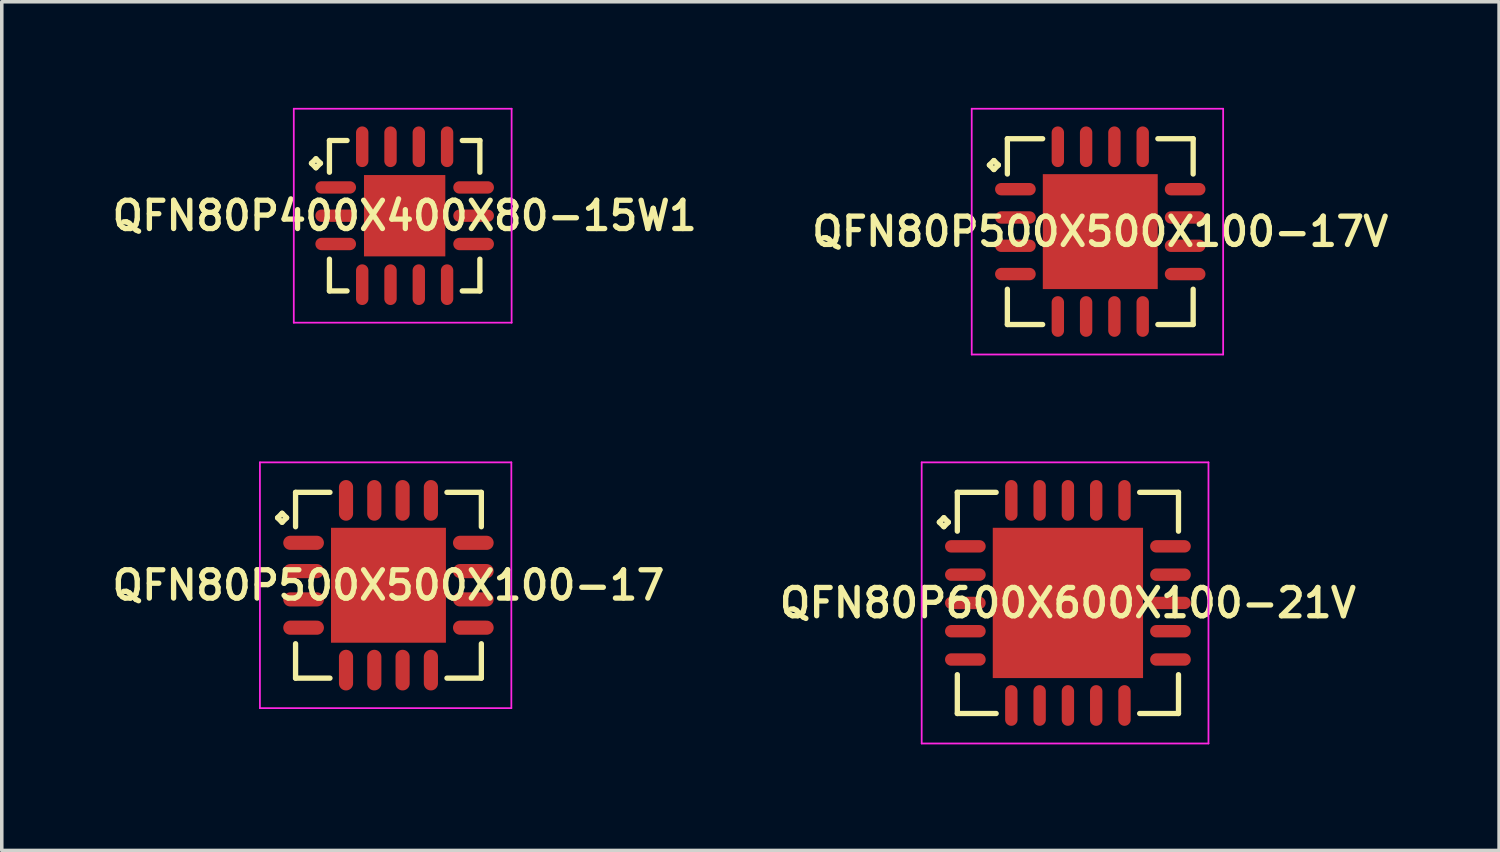
<source format=kicad_pcb>
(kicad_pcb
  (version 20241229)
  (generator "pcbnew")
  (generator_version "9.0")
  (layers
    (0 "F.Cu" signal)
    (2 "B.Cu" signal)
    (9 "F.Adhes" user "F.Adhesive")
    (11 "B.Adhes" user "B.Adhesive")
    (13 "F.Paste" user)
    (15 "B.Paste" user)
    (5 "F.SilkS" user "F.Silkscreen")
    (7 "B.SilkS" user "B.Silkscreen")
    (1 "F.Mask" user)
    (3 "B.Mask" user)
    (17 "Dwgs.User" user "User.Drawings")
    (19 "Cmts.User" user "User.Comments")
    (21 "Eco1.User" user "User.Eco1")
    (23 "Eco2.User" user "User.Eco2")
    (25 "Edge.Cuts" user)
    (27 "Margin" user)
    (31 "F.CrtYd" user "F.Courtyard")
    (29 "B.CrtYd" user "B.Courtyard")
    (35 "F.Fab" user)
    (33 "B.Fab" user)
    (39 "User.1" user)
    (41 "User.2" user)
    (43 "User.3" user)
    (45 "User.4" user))
  (footprint "QFN80P500X500X100-17"
    (layer "F.Cu")
    (at 7.935 13.5)
    (property "Reference" "QFN80P500X500X100-17" (at 0 0 0) (layer "F.SilkS") (effects (font (size 0.8 0.8) (thickness 0.15))))
    (attr smd)
    (fp_line (start -3.135 -1.908) (end -3.008 -2.035) (stroke (width 0.15) (type solid)) (layer "F.SilkS"))
    (fp_line (start -3.008 -2.035) (end -2.881 -1.908) (stroke (width 0.15) (type solid)) (layer "F.SilkS"))
    (fp_line (start -3.008 -1.781) (end -3.135 -1.908) (stroke (width 0.15) (type solid)) (layer "F.SilkS"))
    (fp_line (start -2.881 -1.908) (end -3.008 -1.781) (stroke (width 0.15) (type solid)) (layer "F.SilkS"))
    (fp_line (start -2.627 -2.627) (end -1.654 -2.627) (stroke (width 0.15) (type solid)) (layer "F.SilkS"))
    (fp_line (start -2.627 -1.654) (end -2.627 -2.627) (stroke (width 0.15) (type solid)) (layer "F.SilkS"))
    (fp_line (start -2.627 1.654) (end -2.627 2.627) (stroke (width 0.15) (type solid)) (layer "F.SilkS"))
    (fp_line (start -2.627 2.627) (end -1.654 2.627) (stroke (width 0.15) (type solid)) (layer "F.SilkS"))
    (fp_line (start 1.654 -2.627) (end 2.627 -2.627) (stroke (width 0.15) (type solid)) (layer "F.SilkS"))
    (fp_line (start 1.654 2.627) (end 2.627 2.627) (stroke (width 0.15) (type solid)) (layer "F.SilkS"))
    (fp_line (start 2.627 -2.627) (end 2.627 -1.654) (stroke (width 0.15) (type solid)) (layer "F.SilkS"))
    (fp_line (start 2.627 2.627) (end 2.627 1.654) (stroke (width 0.15) (type solid)) (layer "F.SilkS"))
    (fp_line (start -3.635 -3.475) (end 3.475 -3.475) (stroke (width 0.05) (type solid)) (layer "F.CrtYd"))
    (fp_line (start -3.635 3.475) (end -3.635 -3.475) (stroke (width 0.05) (type solid)) (layer "F.CrtYd"))
    (fp_line (start 3.475 -3.475) (end 3.475 3.475) (stroke (width 0.05) (type solid)) (layer "F.CrtYd"))
    (fp_line (start 3.475 3.475) (end -3.635 3.475) (stroke (width 0.05) (type solid)) (layer "F.CrtYd"))
    (pad "1" smd oval (at -2.4 -1.2) (size 1.15 0.4) (layers "F.Cu" "F.Mask" "F.Paste"))
    (pad "2" smd oval (at -2.4 -0.4) (size 1.15 0.4) (layers "F.Cu" "F.Mask" "F.Paste"))
    (pad "3" smd oval (at -2.4 0.4) (size 1.15 0.4) (layers "F.Cu" "F.Mask" "F.Paste"))
    (pad "4" smd oval (at -2.4 1.2) (size 1.15 0.4) (layers "F.Cu" "F.Mask" "F.Paste"))
    (pad "5" smd oval (at -1.2 2.4) (size 0.4 1.15) (layers "F.Cu" "F.Mask" "F.Paste"))
    (pad "6" smd oval (at -0.4 2.4) (size 0.4 1.15) (layers "F.Cu" "F.Mask" "F.Paste"))
    (pad "7" smd oval (at 0.4 2.4) (size 0.4 1.15) (layers "F.Cu" "F.Mask" "F.Paste"))
    (pad "8" smd oval (at 1.2 2.4) (size 0.4 1.15) (layers "F.Cu" "F.Mask" "F.Paste"))
    (pad "9" smd oval (at 2.4 1.2) (size 1.15 0.4) (layers "F.Cu" "F.Mask" "F.Paste"))
    (pad "10" smd oval (at 2.4 0.4) (size 1.15 0.4) (layers "F.Cu" "F.Mask" "F.Paste"))
    (pad "11" smd oval (at 2.4 -0.4) (size 1.15 0.4) (layers "F.Cu" "F.Mask" "F.Paste"))
    (pad "12" smd oval (at 2.4 -1.2) (size 1.15 0.4) (layers "F.Cu" "F.Mask" "F.Paste"))
    (pad "13" smd oval (at 1.2 -2.4) (size 0.4 1.15) (layers "F.Cu" "F.Mask" "F.Paste"))
    (pad "14" smd oval (at 0.4 -2.4) (size 0.4 1.15) (layers "F.Cu" "F.Mask" "F.Paste"))
    (pad "15" smd oval (at -0.4 -2.4) (size 0.4 1.15) (layers "F.Cu" "F.Mask" "F.Paste"))
    (pad "16" smd oval (at -1.2 -2.4) (size 0.4 1.15) (layers "F.Cu" "F.Mask" "F.Paste"))
    (pad "17" smd rect (at 0 0) (size 3.25 3.25) (layers "F.Cu" "F.Mask" "F.Paste")))
  (footprint "QFN80P500X500X100-17V"
    (layer "F.Cu")
    (at 28.064 3.5)
    (property "Reference" "QFN80P500X500X100-17V" (at 0 0 0) (layer "F.SilkS") (effects (font (size 0.8 0.8) (thickness 0.15))))
    (attr smd)
    (fp_line (start -3.135 -1.883) (end -3.008 -2.01) (stroke (width 0.15) (type solid)) (layer "F.SilkS"))
    (fp_line (start -3.008 -2.01) (end -2.881 -1.883) (stroke (width 0.15) (type solid)) (layer "F.SilkS"))
    (fp_line (start -3.008 -1.756) (end -3.135 -1.883) (stroke (width 0.15) (type solid)) (layer "F.SilkS"))
    (fp_line (start -2.881 -1.883) (end -3.008 -1.756) (stroke (width 0.15) (type solid)) (layer "F.SilkS"))
    (fp_line (start -2.627 -2.627) (end -1.629 -2.627) (stroke (width 0.15) (type solid)) (layer "F.SilkS"))
    (fp_line (start -2.627 -1.629) (end -2.627 -2.627) (stroke (width 0.15) (type solid)) (layer "F.SilkS"))
    (fp_line (start -2.627 1.629) (end -2.627 2.627) (stroke (width 0.15) (type solid)) (layer "F.SilkS"))
    (fp_line (start -2.627 2.627) (end -1.629 2.627) (stroke (width 0.15) (type solid)) (layer "F.SilkS"))
    (fp_line (start 1.629 -2.627) (end 2.627 -2.627) (stroke (width 0.15) (type solid)) (layer "F.SilkS"))
    (fp_line (start 1.629 2.627) (end 2.627 2.627) (stroke (width 0.15) (type solid)) (layer "F.SilkS"))
    (fp_line (start 2.627 -2.627) (end 2.627 -1.629) (stroke (width 0.15) (type solid)) (layer "F.SilkS"))
    (fp_line (start 2.627 2.627) (end 2.627 1.629) (stroke (width 0.15) (type solid)) (layer "F.SilkS"))
    (fp_line (start -3.635 -3.475) (end 3.475 -3.475) (stroke (width 0.05) (type solid)) (layer "F.CrtYd"))
    (fp_line (start -3.635 3.475) (end -3.635 -3.475) (stroke (width 0.05) (type solid)) (layer "F.CrtYd"))
    (fp_line (start 3.475 -3.475) (end 3.475 3.475) (stroke (width 0.05) (type solid)) (layer "F.CrtYd"))
    (fp_line (start 3.475 3.475) (end -3.635 3.475) (stroke (width 0.05) (type solid)) (layer "F.CrtYd"))
    (pad "1" smd oval (at -2.4 -1.2) (size 1.15 0.35) (layers "F.Cu" "F.Mask" "F.Paste"))
    (pad "2" smd oval (at -2.4 -0.4) (size 1.15 0.35) (layers "F.Cu" "F.Mask" "F.Paste"))
    (pad "3" smd oval (at -2.4 0.4) (size 1.15 0.35) (layers "F.Cu" "F.Mask" "F.Paste"))
    (pad "4" smd oval (at -2.4 1.2) (size 1.15 0.35) (layers "F.Cu" "F.Mask" "F.Paste"))
    (pad "5" smd oval (at -1.2 2.4) (size 0.35 1.15) (layers "F.Cu" "F.Mask" "F.Paste"))
    (pad "6" smd oval (at -0.4 2.4) (size 0.35 1.15) (layers "F.Cu" "F.Mask" "F.Paste"))
    (pad "7" smd oval (at 0.4 2.4) (size 0.35 1.15) (layers "F.Cu" "F.Mask" "F.Paste"))
    (pad "8" smd oval (at 1.2 2.4) (size 0.35 1.15) (layers "F.Cu" "F.Mask" "F.Paste"))
    (pad "9" smd oval (at 2.4 1.2) (size 1.15 0.35) (layers "F.Cu" "F.Mask" "F.Paste"))
    (pad "10" smd oval (at 2.4 0.4) (size 1.15 0.35) (layers "F.Cu" "F.Mask" "F.Paste"))
    (pad "11" smd oval (at 2.4 -0.4) (size 1.15 0.35) (layers "F.Cu" "F.Mask" "F.Paste"))
    (pad "12" smd oval (at 2.4 -1.2) (size 1.15 0.35) (layers "F.Cu" "F.Mask" "F.Paste"))
    (pad "13" smd oval (at 1.2 -2.4) (size 0.35 1.15) (layers "F.Cu" "F.Mask" "F.Paste"))
    (pad "14" smd oval (at 0.4 -2.4) (size 0.35 1.15) (layers "F.Cu" "F.Mask" "F.Paste"))
    (pad "15" smd oval (at -0.4 -2.4) (size 0.35 1.15) (layers "F.Cu" "F.Mask" "F.Paste"))
    (pad "16" smd oval (at -1.2 -2.4) (size 0.35 1.15) (layers "F.Cu" "F.Mask" "F.Paste"))
    (pad "17" smd rect (at 0 0) (size 3.25 3.25) (layers "F.Cu" "F.Mask" "F.Paste")))
  (footprint "QFN80P600X600X100-21V"
    (layer "F.Cu")
    (at 27.149 14)
    (property "Reference" "QFN80P600X600X100-21V" (at 0 0 0) (layer "F.SilkS") (effects (font (size 0.8 0.8) (thickness 0.15))))
    (attr smd)
    (fp_line (start -3.635 -2.283) (end -3.508 -2.41) (stroke (width 0.15) (type solid)) (layer "F.SilkS"))
    (fp_line (start -3.508 -2.41) (end -3.381 -2.283) (stroke (width 0.15) (type solid)) (layer "F.SilkS"))
    (fp_line (start -3.508 -2.156) (end -3.635 -2.283) (stroke (width 0.15) (type solid)) (layer "F.SilkS"))
    (fp_line (start -3.381 -2.283) (end -3.508 -2.156) (stroke (width 0.15) (type solid)) (layer "F.SilkS"))
    (fp_line (start -3.127 -3.127) (end -2.029 -3.127) (stroke (width 0.15) (type solid)) (layer "F.SilkS"))
    (fp_line (start -3.127 -2.029) (end -3.127 -3.127) (stroke (width 0.15) (type solid)) (layer "F.SilkS"))
    (fp_line (start -3.127 2.029) (end -3.127 3.127) (stroke (width 0.15) (type solid)) (layer "F.SilkS"))
    (fp_line (start -3.127 3.127) (end -2.029 3.127) (stroke (width 0.15) (type solid)) (layer "F.SilkS"))
    (fp_line (start 2.029 -3.127) (end 3.127 -3.127) (stroke (width 0.15) (type solid)) (layer "F.SilkS"))
    (fp_line (start 2.029 3.127) (end 3.127 3.127) (stroke (width 0.15) (type solid)) (layer "F.SilkS"))
    (fp_line (start 3.127 -3.127) (end 3.127 -2.029) (stroke (width 0.15) (type solid)) (layer "F.SilkS"))
    (fp_line (start 3.127 3.127) (end 3.127 2.029) (stroke (width 0.15) (type solid)) (layer "F.SilkS"))
    (fp_line (start -4.135 -3.975) (end 3.975 -3.975) (stroke (width 0.05) (type solid)) (layer "F.CrtYd"))
    (fp_line (start -4.135 3.975) (end -4.135 -3.975) (stroke (width 0.05) (type solid)) (layer "F.CrtYd"))
    (fp_line (start 3.975 -3.975) (end 3.975 3.975) (stroke (width 0.05) (type solid)) (layer "F.CrtYd"))
    (fp_line (start 3.975 3.975) (end -4.135 3.975) (stroke (width 0.05) (type solid)) (layer "F.CrtYd"))
    (pad "1" smd oval (at -2.9 -1.6) (size 1.15 0.35) (layers "F.Cu" "F.Mask" "F.Paste"))
    (pad "2" smd oval (at -2.9 -0.8) (size 1.15 0.35) (layers "F.Cu" "F.Mask" "F.Paste"))
    (pad "3" smd oval (at -2.9 0) (size 1.15 0.35) (layers "F.Cu" "F.Mask" "F.Paste"))
    (pad "4" smd oval (at -2.9 0.8) (size 1.15 0.35) (layers "F.Cu" "F.Mask" "F.Paste"))
    (pad "5" smd oval (at -2.9 1.6) (size 1.15 0.35) (layers "F.Cu" "F.Mask" "F.Paste"))
    (pad "6" smd oval (at -1.6 2.9) (size 0.35 1.15) (layers "F.Cu" "F.Mask" "F.Paste"))
    (pad "7" smd oval (at -0.8 2.9) (size 0.35 1.15) (layers "F.Cu" "F.Mask" "F.Paste"))
    (pad "8" smd oval (at 0 2.9) (size 0.35 1.15) (layers "F.Cu" "F.Mask" "F.Paste"))
    (pad "9" smd oval (at 0.8 2.9) (size 0.35 1.15) (layers "F.Cu" "F.Mask" "F.Paste"))
    (pad "10" smd oval (at 1.6 2.9) (size 0.35 1.15) (layers "F.Cu" "F.Mask" "F.Paste"))
    (pad "11" smd oval (at 2.9 1.6) (size 1.15 0.35) (layers "F.Cu" "F.Mask" "F.Paste"))
    (pad "12" smd oval (at 2.9 0.8) (size 1.15 0.35) (layers "F.Cu" "F.Mask" "F.Paste"))
    (pad "13" smd oval (at 2.9 0) (size 1.15 0.35) (layers "F.Cu" "F.Mask" "F.Paste"))
    (pad "14" smd oval (at 2.9 -0.8) (size 1.15 0.35) (layers "F.Cu" "F.Mask" "F.Paste"))
    (pad "15" smd oval (at 2.9 -1.6) (size 1.15 0.35) (layers "F.Cu" "F.Mask" "F.Paste"))
    (pad "16" smd oval (at 1.6 -2.9) (size 0.35 1.15) (layers "F.Cu" "F.Mask" "F.Paste"))
    (pad "17" smd oval (at 0.8 -2.9) (size 0.35 1.15) (layers "F.Cu" "F.Mask" "F.Paste"))
    (pad "18" smd oval (at 0 -2.9) (size 0.35 1.15) (layers "F.Cu" "F.Mask" "F.Paste"))
    (pad "19" smd oval (at -0.8 -2.9) (size 0.35 1.15) (layers "F.Cu" "F.Mask" "F.Paste"))
    (pad "20" smd oval (at -1.6 -2.9) (size 0.35 1.15) (layers "F.Cu" "F.Mask" "F.Paste"))
    (pad "21" smd rect (at 0 0) (size 4.25 4.25) (layers "F.Cu" "F.Mask" "F.Paste")))
  (footprint "QFN80P400X400X80-15W1"
    (layer "F.Cu")
    (at 8.393 3.05)
    (property "Reference" "QFN80P400X400X80-15W1" (at 0 0 0) (layer "F.SilkS") (effects (font (size 0.8 0.8) (thickness 0.15))))
    (attr smd)
    (fp_line (start -2.635 -1.483) (end -2.508 -1.61) (stroke (width 0.15) (type solid)) (layer "F.SilkS"))
    (fp_line (start -2.508 -1.61) (end -2.381 -1.483) (stroke (width 0.15) (type solid)) (layer "F.SilkS"))
    (fp_line (start -2.508 -1.356) (end -2.635 -1.483) (stroke (width 0.15) (type solid)) (layer "F.SilkS"))
    (fp_line (start -2.381 -1.483) (end -2.508 -1.356) (stroke (width 0.15) (type solid)) (layer "F.SilkS"))
    (fp_line (start -2.127 -2.127) (end -1.629 -2.127) (stroke (width 0.15) (type solid)) (layer "F.SilkS"))
    (fp_line (start -2.127 -1.229) (end -2.127 -2.127) (stroke (width 0.15) (type solid)) (layer "F.SilkS"))
    (fp_line (start -2.127 1.229) (end -2.127 2.127) (stroke (width 0.15) (type solid)) (layer "F.SilkS"))
    (fp_line (start -2.127 2.127) (end -1.629 2.127) (stroke (width 0.15) (type solid)) (layer "F.SilkS"))
    (fp_line (start 1.629 -2.127) (end 2.127 -2.127) (stroke (width 0.15) (type solid)) (layer "F.SilkS"))
    (fp_line (start 1.629 2.127) (end 2.127 2.127) (stroke (width 0.15) (type solid)) (layer "F.SilkS"))
    (fp_line (start 2.127 -2.127) (end 2.127 -1.229) (stroke (width 0.15) (type solid)) (layer "F.SilkS"))
    (fp_line (start 2.127 2.127) (end 2.127 1.229) (stroke (width 0.15) (type solid)) (layer "F.SilkS"))
    (fp_line (start -3.135 -3.025) (end 3.025 -3.025) (stroke (width 0.05) (type solid)) (layer "F.CrtYd"))
    (fp_line (start -3.135 3.025) (end -3.135 -3.025) (stroke (width 0.05) (type solid)) (layer "F.CrtYd"))
    (fp_line (start 3.025 -3.025) (end 3.025 3.025) (stroke (width 0.05) (type solid)) (layer "F.CrtYd"))
    (fp_line (start 3.025 3.025) (end -3.135 3.025) (stroke (width 0.05) (type solid)) (layer "F.CrtYd"))
    (pad "1" smd oval (at -1.95 -0.8) (size 1.15 0.35) (layers "F.Cu" "F.Mask" "F.Paste"))
    (pad "2" smd oval (at -1.95 0) (size 1.15 0.35) (layers "F.Cu" "F.Mask" "F.Paste"))
    (pad "3" smd oval (at -1.95 0.8) (size 1.15 0.35) (layers "F.Cu" "F.Mask" "F.Paste"))
    (pad "4" smd oval (at -1.2 1.95) (size 0.35 1.15) (layers "F.Cu" "F.Mask" "F.Paste"))
    (pad "5" smd oval (at -0.4 1.95) (size 0.35 1.15) (layers "F.Cu" "F.Mask" "F.Paste"))
    (pad "6" smd oval (at 0.4 1.95) (size 0.35 1.15) (layers "F.Cu" "F.Mask" "F.Paste"))
    (pad "7" smd oval (at 1.2 1.95) (size 0.35 1.15) (layers "F.Cu" "F.Mask" "F.Paste"))
    (pad "8" smd oval (at 1.95 0.8) (size 1.15 0.35) (layers "F.Cu" "F.Mask" "F.Paste"))
    (pad "9" smd oval (at 1.95 0) (size 1.15 0.35) (layers "F.Cu" "F.Mask" "F.Paste"))
    (pad "10" smd oval (at 1.95 -0.8) (size 1.15 0.35) (layers "F.Cu" "F.Mask" "F.Paste"))
    (pad "11" smd oval (at 1.2 -1.95) (size 0.35 1.15) (layers "F.Cu" "F.Mask" "F.Paste"))
    (pad "12" smd oval (at 0.4 -1.95) (size 0.35 1.15) (layers "F.Cu" "F.Mask" "F.Paste"))
    (pad "13" smd oval (at -0.4 -1.95) (size 0.35 1.15) (layers "F.Cu" "F.Mask" "F.Paste"))
    (pad "14" smd oval (at -1.2 -1.95) (size 0.35 1.15) (layers "F.Cu" "F.Mask" "F.Paste"))
    (pad "15" smd rect (at 0 0) (size 2.3 2.3) (layers "F.Cu" "F.Mask" "F.Paste")))
  (gr_rect
    (start -3 -3)
    (end 39.342 21)
    (stroke (width 0.1) (type default))
    (fill no)
    (layer "Edge.Cuts")))
</source>
